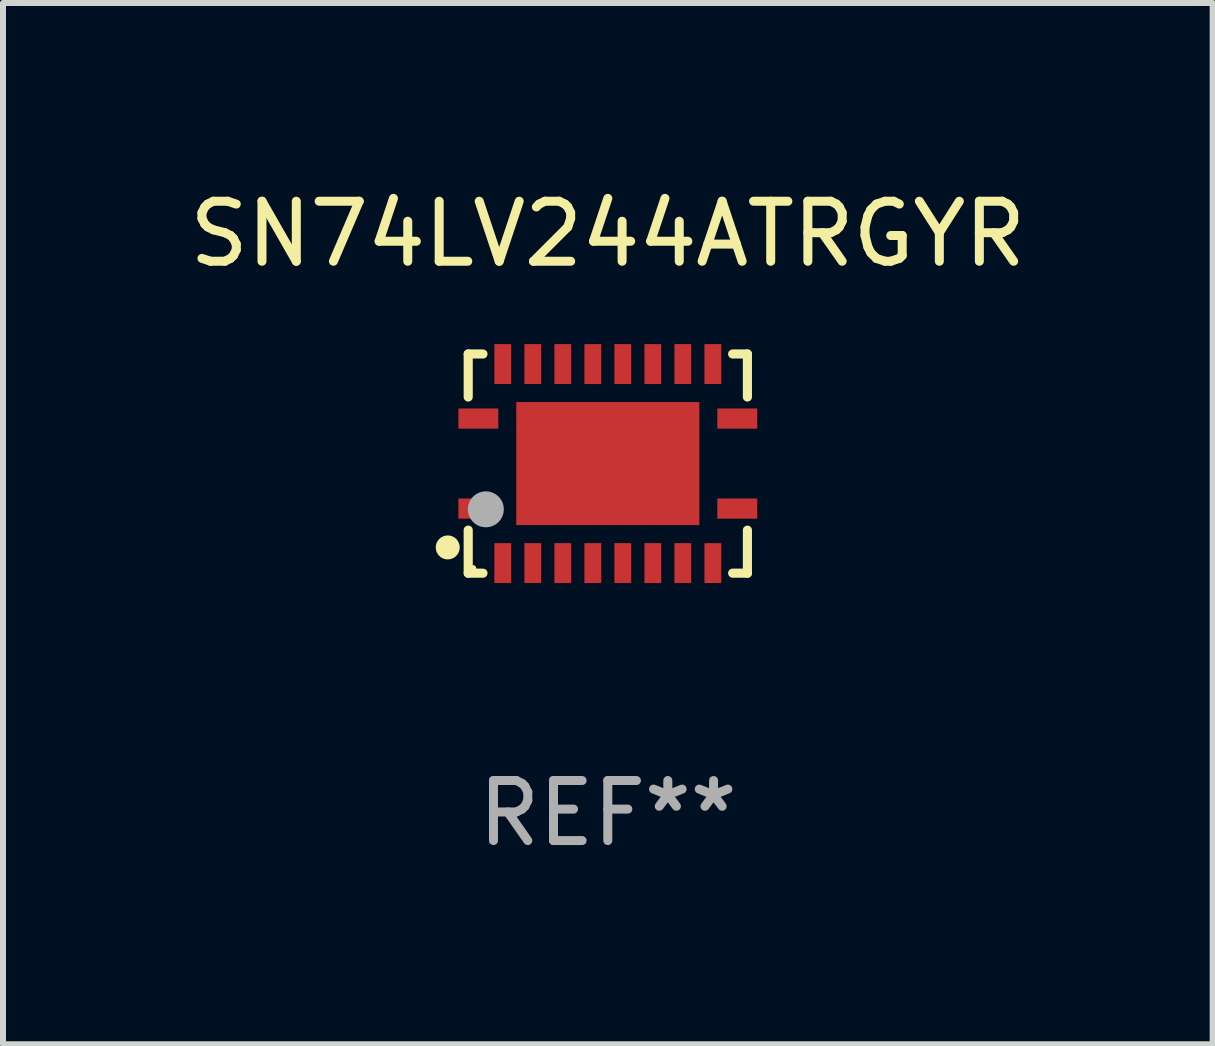
<source format=kicad_pcb>
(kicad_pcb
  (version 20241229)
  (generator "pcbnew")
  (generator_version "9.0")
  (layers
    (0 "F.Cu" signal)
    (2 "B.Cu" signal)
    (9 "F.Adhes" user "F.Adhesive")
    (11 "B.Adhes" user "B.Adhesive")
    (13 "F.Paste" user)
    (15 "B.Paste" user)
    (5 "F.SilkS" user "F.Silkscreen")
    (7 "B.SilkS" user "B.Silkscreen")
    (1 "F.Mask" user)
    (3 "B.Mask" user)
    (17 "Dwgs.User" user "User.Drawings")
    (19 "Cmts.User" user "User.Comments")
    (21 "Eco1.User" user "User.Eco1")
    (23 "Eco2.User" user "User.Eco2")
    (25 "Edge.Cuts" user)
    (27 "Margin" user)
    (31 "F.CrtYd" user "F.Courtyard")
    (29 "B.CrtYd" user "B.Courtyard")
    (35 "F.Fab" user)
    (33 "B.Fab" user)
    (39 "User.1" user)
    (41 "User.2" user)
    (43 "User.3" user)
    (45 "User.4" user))
  (footprint "SN74LV244ATRGYR"
    (layer "F.Cu")
    (at 7.077 4.674)
    (property "Reference" "SN74LV244ATRGYR" (at 0 -3.826 0) (layer "F.SilkS") (effects (font (size 1 1) (thickness 0.15))))
    (attr through_hole)
    (fp_line (start -2.326 -1.826) (end -2.08 -1.826) (stroke (width 0.152) (type solid)) (layer "F.SilkS"))
    (fp_line (start -2.326 -1.109) (end -2.326 -1.826) (stroke (width 0.152) (type solid)) (layer "F.SilkS"))
    (fp_line (start -2.326 1.109) (end -2.326 1.826) (stroke (width 0.152) (type solid)) (layer "F.SilkS"))
    (fp_line (start -2.326 1.826) (end -2.08 1.826) (stroke (width 0.152) (type solid)) (layer "F.SilkS"))
    (fp_line (start 2.326 -1.826) (end 2.08 -1.826) (stroke (width 0.152) (type solid)) (layer "F.SilkS"))
    (fp_line (start 2.326 -1.109) (end 2.326 -1.826) (stroke (width 0.152) (type solid)) (layer "F.SilkS"))
    (fp_line (start 2.326 1.109) (end 2.326 1.826) (stroke (width 0.152) (type solid)) (layer "F.SilkS"))
    (fp_line (start 2.326 1.826) (end 2.08 1.826) (stroke (width 0.152) (type solid)) (layer "F.SilkS"))
    (fp_circle (center -2.667 1.397) (end -2.567 1.397) (stroke (width 0.2) (type solid)) (fill no) (layer "F.SilkS"))
    (fp_circle (center -2.25 1.75) (end -2.22 1.75) (stroke (width 0.06) (type solid)) (fill no) (layer "F.SilkS"))
    (fp_circle (center -2.032 0.762) (end -1.882 0.762) (stroke (width 0.3) (type solid)) (fill no) (layer "F.Fab"))
    (fp_text user "REF**" (at 0 5.826 0) (layer "F.Fab") (effects (font (size 1 1) (thickness 0.15))))
    (pad "1" smd rect (at -2.157 0.75) (size 0.665 0.336) (layers "F.Cu" "F.Mask" "F.Paste"))
    (pad "2" smd rect (at -1.75 1.658) (size 0.28 0.665) (layers "F.Cu" "F.Mask" "F.Paste"))
    (pad "3" smd rect (at -1.25 1.658) (size 0.28 0.665) (layers "F.Cu" "F.Mask" "F.Paste"))
    (pad "4" smd rect (at -0.75 1.658) (size 0.28 0.665) (layers "F.Cu" "F.Mask" "F.Paste"))
    (pad "5" smd rect (at -0.25 1.658) (size 0.28 0.665) (layers "F.Cu" "F.Mask" "F.Paste"))
    (pad "6" smd rect (at 0.25 1.658) (size 0.28 0.665) (layers "F.Cu" "F.Mask" "F.Paste"))
    (pad "7" smd rect (at 0.75 1.658) (size 0.28 0.665) (layers "F.Cu" "F.Mask" "F.Paste"))
    (pad "8" smd rect (at 1.25 1.658) (size 0.28 0.665) (layers "F.Cu" "F.Mask" "F.Paste"))
    (pad "9" smd rect (at 1.75 1.658) (size 0.28 0.665) (layers "F.Cu" "F.Mask" "F.Paste"))
    (pad "10" smd rect (at 2.157 0.75) (size 0.665 0.336) (layers "F.Cu" "F.Mask" "F.Paste"))
    (pad "11" smd rect (at 2.157 -0.75) (size 0.665 0.336) (layers "F.Cu" "F.Mask" "F.Paste"))
    (pad "12" smd rect (at 1.75 -1.658) (size 0.28 0.665) (layers "F.Cu" "F.Mask" "F.Paste"))
    (pad "13" smd rect (at 1.25 -1.658) (size 0.28 0.665) (layers "F.Cu" "F.Mask" "F.Paste"))
    (pad "14" smd rect (at 0.75 -1.658) (size 0.28 0.665) (layers "F.Cu" "F.Mask" "F.Paste"))
    (pad "15" smd rect (at 0.25 -1.658) (size 0.28 0.665) (layers "F.Cu" "F.Mask" "F.Paste"))
    (pad "16" smd rect (at -0.25 -1.658) (size 0.28 0.665) (layers "F.Cu" "F.Mask" "F.Paste"))
    (pad "17" smd rect (at -0.75 -1.658) (size 0.28 0.665) (layers "F.Cu" "F.Mask" "F.Paste"))
    (pad "18" smd rect (at -1.25 -1.658) (size 0.28 0.665) (layers "F.Cu" "F.Mask" "F.Paste"))
    (pad "19" smd rect (at -1.75 -1.658) (size 0.28 0.665) (layers "F.Cu" "F.Mask" "F.Paste"))
    (pad "20" smd rect (at -2.157 -0.75) (size 0.665 0.336) (layers "F.Cu" "F.Mask" "F.Paste"))
    (pad "21" smd rect (at 0 0) (size 3.05 2.05) (layers "F.Cu" "F.Mask" "F.Paste")))
  (gr_rect
    (start -3 -3)
    (end 17.155 14.349)
    (stroke (width 0.1) (type default))
    (fill no)
    (layer "Edge.Cuts")))
</source>
